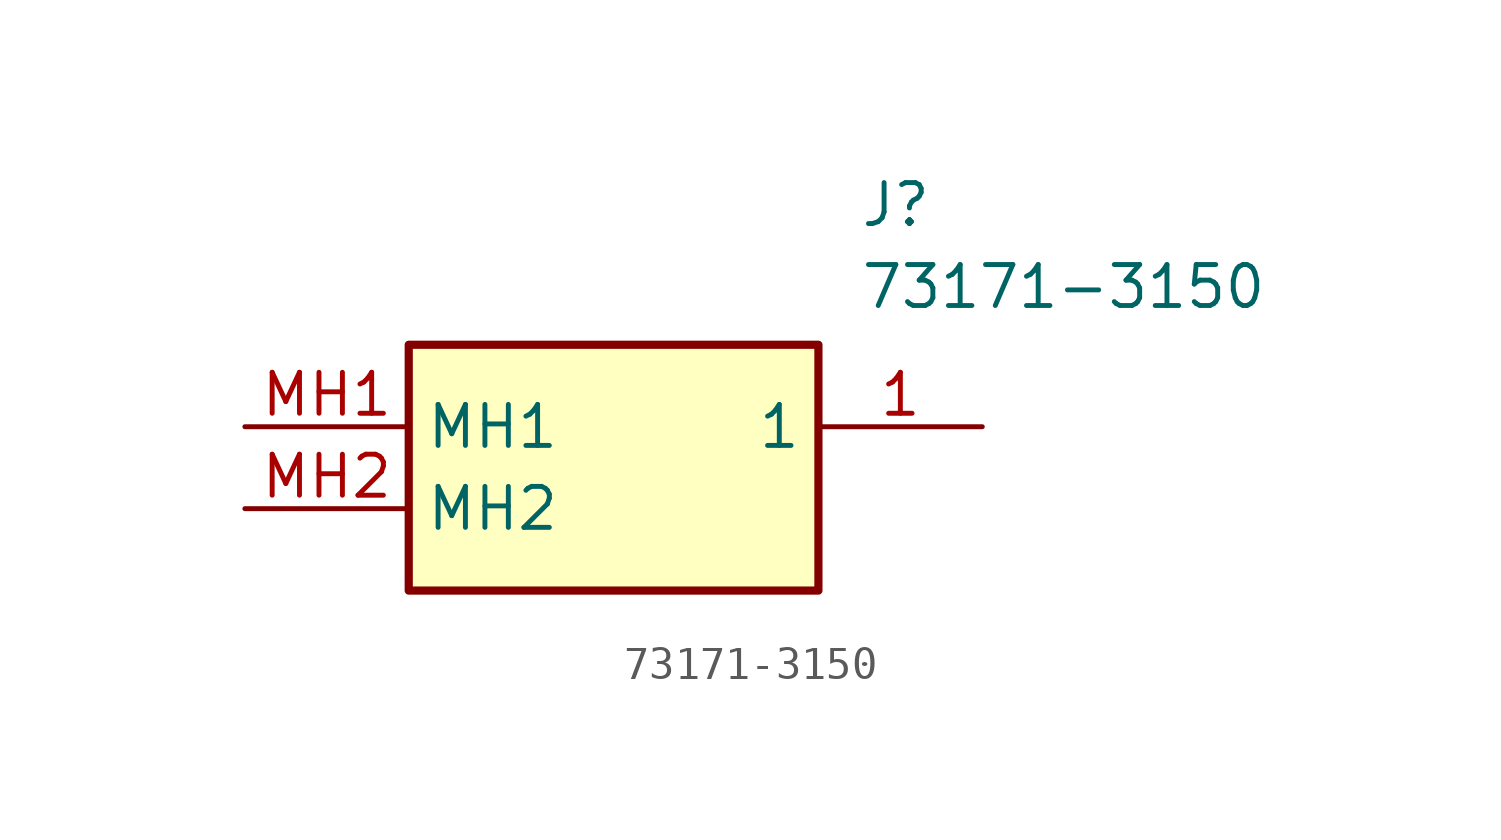
<source format=kicad_sym>
(kicad_symbol_lib
  (version 20211014)
  (generator SamacSys_ECAD_Model)
  (symbol "73171-3150"
    (property "Reference" "J"
      (at 19.05 7.62 0)
      (effects (font (size 1.27 1.27)) (justify left top)))
    (property "Value" "73171-3150"
      (at 19.05 5.08 0)
      (effects (font (size 1.27 1.27)) (justify left top)))
    (rectangle
      (start 5.08 2.54)
      (end 17.78 -5.08)
      (stroke (width 0.254) (type default))
      (fill (type background)))
    (pin passive line
      (at 22.86 0 180)
      (length 5.08)
      (name "1" (effects (font (size 1.27 1.27))))
      (number "1" (effects (font (size 1.27 1.27)))))
    (pin passive line
      (at 0 0 0)
      (length 5.08)
      (name "MH1" (effects (font (size 1.27 1.27))))
      (number "MH1" (effects (font (size 1.27 1.27)))))
    (pin passive line
      (at 0 -2.54 0)
      (length 5.08)
      (name "MH2" (effects (font (size 1.27 1.27))))
      (number "MH2" (effects (font (size 1.27 1.27)))))))
</source>
